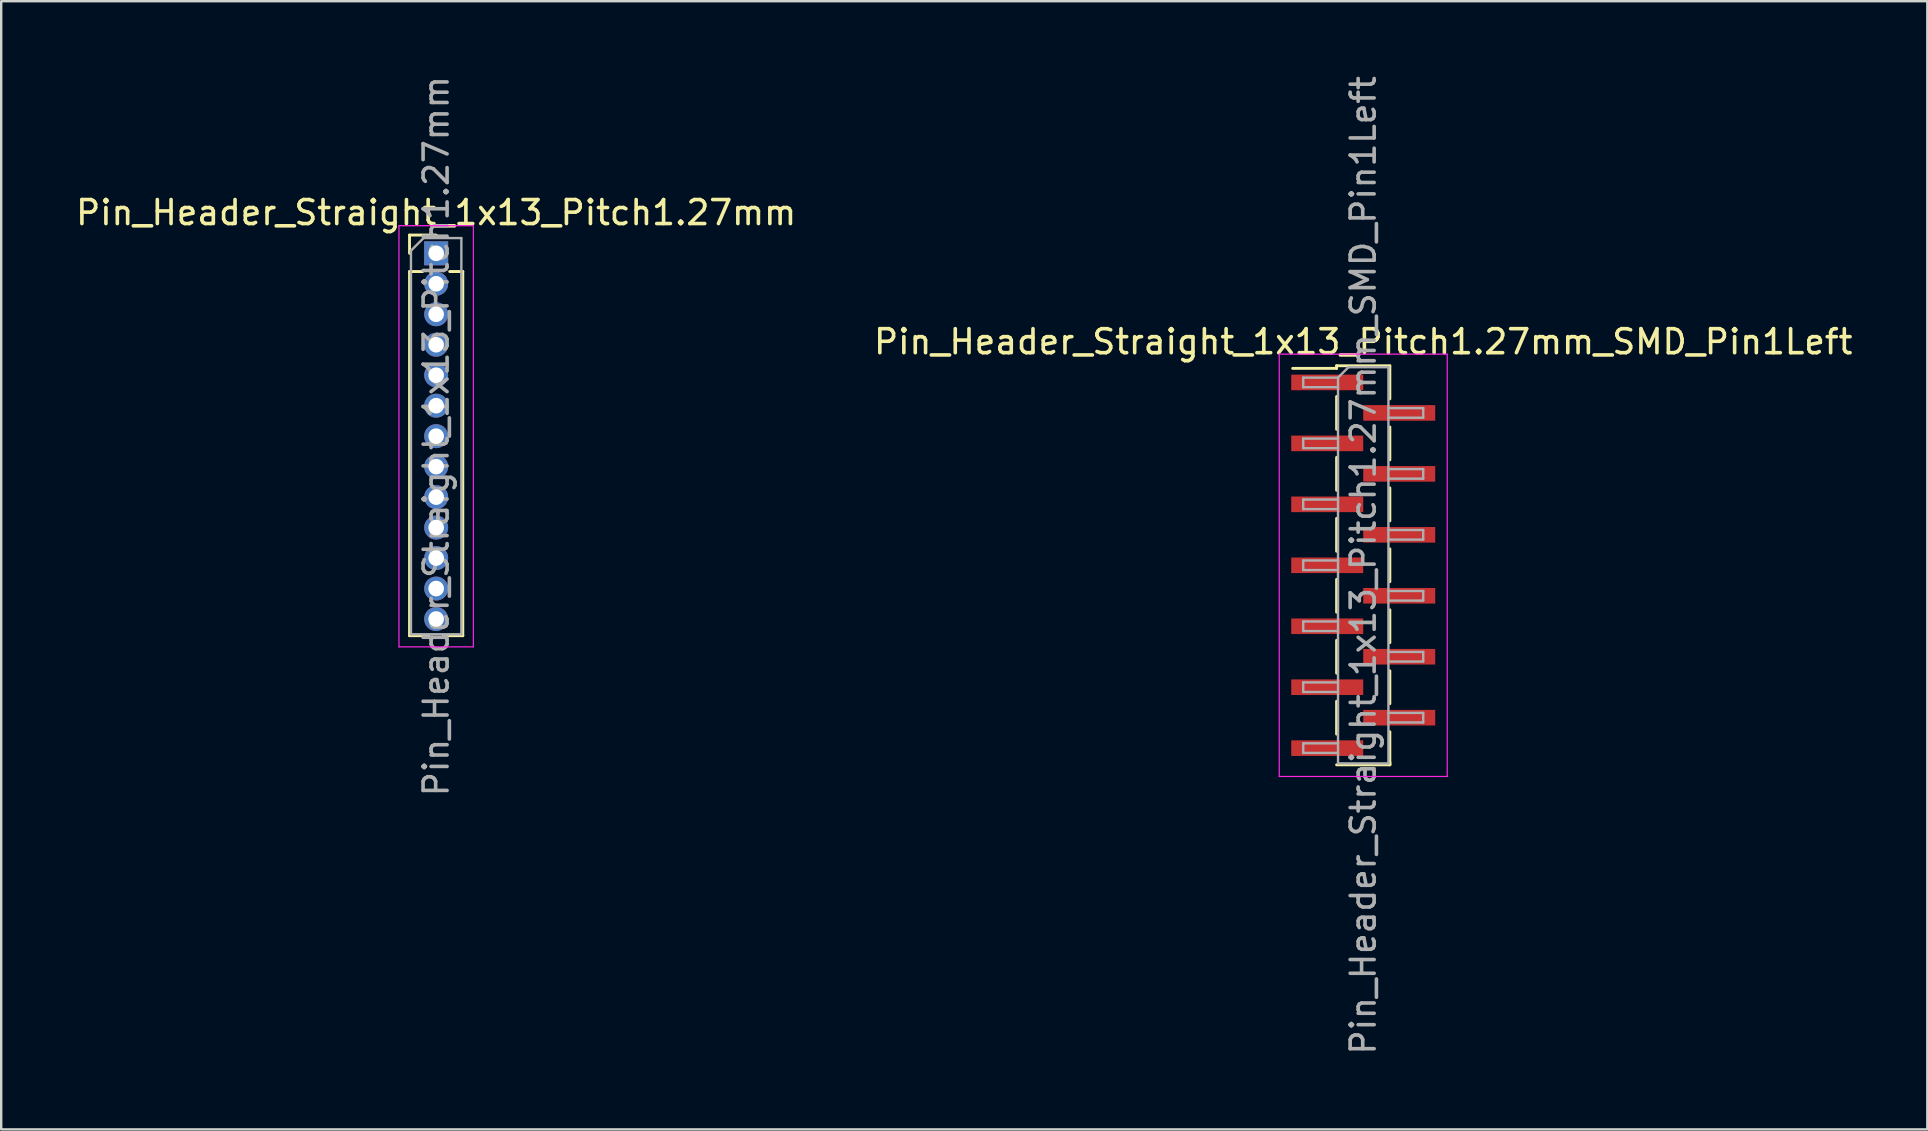
<source format=kicad_pcb>
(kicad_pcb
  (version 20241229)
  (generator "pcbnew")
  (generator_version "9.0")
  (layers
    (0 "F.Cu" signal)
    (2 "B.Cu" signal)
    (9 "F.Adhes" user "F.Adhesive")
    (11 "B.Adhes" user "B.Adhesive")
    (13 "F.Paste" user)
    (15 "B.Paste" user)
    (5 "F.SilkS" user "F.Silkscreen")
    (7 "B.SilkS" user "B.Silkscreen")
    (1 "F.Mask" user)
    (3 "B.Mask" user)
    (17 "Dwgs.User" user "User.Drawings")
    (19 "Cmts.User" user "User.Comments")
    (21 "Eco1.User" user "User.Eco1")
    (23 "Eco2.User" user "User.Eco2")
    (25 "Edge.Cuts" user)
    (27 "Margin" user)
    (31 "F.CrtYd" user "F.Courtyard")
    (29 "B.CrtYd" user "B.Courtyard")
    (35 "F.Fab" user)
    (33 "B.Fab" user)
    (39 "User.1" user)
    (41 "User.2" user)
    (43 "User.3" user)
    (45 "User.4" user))
  (footprint "Pin_Header_Straight_1x13_Pitch1.27mm_SMD_Pin1Left"
    (layer "F.Cu")
    (at 53.756 20.506)
    (property "Reference" "Pin_Header_Straight_1x13_Pitch1.27mm_SMD_Pin1Left" (at 0 -9.315 0) (layer "F.SilkS") (effects (font (size 1 1) (thickness 0.15))))
    (attr smd)
    (fp_line (start -1.11 -8.315) (end -1.11 -8.205) (stroke (width 0.12) (type solid)) (layer "F.SilkS"))
    (fp_line (start -1.11 -8.315) (end 1.11 -8.315) (stroke (width 0.12) (type solid)) (layer "F.SilkS"))
    (fp_line (start -1.11 -8.205) (end -2.94 -8.205) (stroke (width 0.12) (type solid)) (layer "F.SilkS"))
    (fp_line (start -1.11 -7.035) (end -1.11 -5.665) (stroke (width 0.12) (type solid)) (layer "F.SilkS"))
    (fp_line (start -1.11 -4.495) (end -1.11 -3.125) (stroke (width 0.12) (type solid)) (layer "F.SilkS"))
    (fp_line (start -1.11 -1.955) (end -1.11 -0.585) (stroke (width 0.12) (type solid)) (layer "F.SilkS"))
    (fp_line (start -1.11 0.585) (end -1.11 1.955) (stroke (width 0.12) (type solid)) (layer "F.SilkS"))
    (fp_line (start -1.11 3.125) (end -1.11 4.495) (stroke (width 0.12) (type solid)) (layer "F.SilkS"))
    (fp_line (start -1.11 5.665) (end -1.11 7.035) (stroke (width 0.12) (type solid)) (layer "F.SilkS"))
    (fp_line (start -1.11 8.315) (end 1.11 8.315) (stroke (width 0.12) (type solid)) (layer "F.SilkS"))
    (fp_line (start 1.11 -8.305) (end 1.11 -6.935) (stroke (width 0.12) (type solid)) (layer "F.SilkS"))
    (fp_line (start 1.11 -5.765) (end 1.11 -4.395) (stroke (width 0.12) (type solid)) (layer "F.SilkS"))
    (fp_line (start 1.11 -3.225) (end 1.11 -1.855) (stroke (width 0.12) (type solid)) (layer "F.SilkS"))
    (fp_line (start 1.11 -0.685) (end 1.11 0.685) (stroke (width 0.12) (type solid)) (layer "F.SilkS"))
    (fp_line (start 1.11 1.855) (end 1.11 3.225) (stroke (width 0.12) (type solid)) (layer "F.SilkS"))
    (fp_line (start 1.11 4.395) (end 1.11 5.765) (stroke (width 0.12) (type solid)) (layer "F.SilkS"))
    (fp_line (start 1.11 6.935) (end 1.11 8.305) (stroke (width 0.12) (type solid)) (layer "F.SilkS"))
    (fp_line (start 1.11 8.205) (end 1.11 8.315) (stroke (width 0.12) (type solid)) (layer "F.SilkS"))
    (fp_line (start -3.5 -8.8) (end -3.5 8.8) (stroke (width 0.05) (type solid)) (layer "F.CrtYd"))
    (fp_line (start -3.5 8.8) (end 3.5 8.8) (stroke (width 0.05) (type solid)) (layer "F.CrtYd"))
    (fp_line (start 3.5 -8.8) (end -3.5 -8.8) (stroke (width 0.05) (type solid)) (layer "F.CrtYd"))
    (fp_line (start 3.5 8.8) (end 3.5 -8.8) (stroke (width 0.05) (type solid)) (layer "F.CrtYd"))
    (fp_line (start -2.5 -7.82) (end -2.5 -7.42) (stroke (width 0.1) (type solid)) (layer "F.Fab"))
    (fp_line (start -2.5 -7.42) (end -1.05 -7.42) (stroke (width 0.1) (type solid)) (layer "F.Fab"))
    (fp_line (start -2.5 -5.28) (end -2.5 -4.88) (stroke (width 0.1) (type solid)) (layer "F.Fab"))
    (fp_line (start -2.5 -4.88) (end -1.05 -4.88) (stroke (width 0.1) (type solid)) (layer "F.Fab"))
    (fp_line (start -2.5 -2.74) (end -2.5 -2.34) (stroke (width 0.1) (type solid)) (layer "F.Fab"))
    (fp_line (start -2.5 -2.34) (end -1.05 -2.34) (stroke (width 0.1) (type solid)) (layer "F.Fab"))
    (fp_line (start -2.5 -0.2) (end -2.5 0.2) (stroke (width 0.1) (type solid)) (layer "F.Fab"))
    (fp_line (start -2.5 0.2) (end -1.05 0.2) (stroke (width 0.1) (type solid)) (layer "F.Fab"))
    (fp_line (start -2.5 2.34) (end -2.5 2.74) (stroke (width 0.1) (type solid)) (layer "F.Fab"))
    (fp_line (start -2.5 2.74) (end -1.05 2.74) (stroke (width 0.1) (type solid)) (layer "F.Fab"))
    (fp_line (start -2.5 4.88) (end -2.5 5.28) (stroke (width 0.1) (type solid)) (layer "F.Fab"))
    (fp_line (start -2.5 5.28) (end -1.05 5.28) (stroke (width 0.1) (type solid)) (layer "F.Fab"))
    (fp_line (start -2.5 7.42) (end -2.5 7.82) (stroke (width 0.1) (type solid)) (layer "F.Fab"))
    (fp_line (start -2.5 7.82) (end -1.05 7.82) (stroke (width 0.1) (type solid)) (layer "F.Fab"))
    (fp_line (start -1.05 -7.82) (end -2.5 -7.82) (stroke (width 0.1) (type solid)) (layer "F.Fab"))
    (fp_line (start -1.05 -7.82) (end -0.615 -8.255) (stroke (width 0.1) (type solid)) (layer "F.Fab"))
    (fp_line (start -1.05 -5.28) (end -2.5 -5.28) (stroke (width 0.1) (type solid)) (layer "F.Fab"))
    (fp_line (start -1.05 -2.74) (end -2.5 -2.74) (stroke (width 0.1) (type solid)) (layer "F.Fab"))
    (fp_line (start -1.05 -0.2) (end -2.5 -0.2) (stroke (width 0.1) (type solid)) (layer "F.Fab"))
    (fp_line (start -1.05 2.34) (end -2.5 2.34) (stroke (width 0.1) (type solid)) (layer "F.Fab"))
    (fp_line (start -1.05 4.88) (end -2.5 4.88) (stroke (width 0.1) (type solid)) (layer "F.Fab"))
    (fp_line (start -1.05 7.42) (end -2.5 7.42) (stroke (width 0.1) (type solid)) (layer "F.Fab"))
    (fp_line (start -1.05 8.255) (end -1.05 -7.82) (stroke (width 0.1) (type solid)) (layer "F.Fab"))
    (fp_line (start -0.615 -8.255) (end 1.05 -8.255) (stroke (width 0.1) (type solid)) (layer "F.Fab"))
    (fp_line (start 1.05 -8.255) (end 1.05 8.255) (stroke (width 0.1) (type solid)) (layer "F.Fab"))
    (fp_line (start 1.05 -6.55) (end 2.5 -6.55) (stroke (width 0.1) (type solid)) (layer "F.Fab"))
    (fp_line (start 1.05 -4.01) (end 2.5 -4.01) (stroke (width 0.1) (type solid)) (layer "F.Fab"))
    (fp_line (start 1.05 -1.47) (end 2.5 -1.47) (stroke (width 0.1) (type solid)) (layer "F.Fab"))
    (fp_line (start 1.05 1.07) (end 2.5 1.07) (stroke (width 0.1) (type solid)) (layer "F.Fab"))
    (fp_line (start 1.05 3.61) (end 2.5 3.61) (stroke (width 0.1) (type solid)) (layer "F.Fab"))
    (fp_line (start 1.05 6.15) (end 2.5 6.15) (stroke (width 0.1) (type solid)) (layer "F.Fab"))
    (fp_line (start 1.05 8.255) (end -1.05 8.255) (stroke (width 0.1) (type solid)) (layer "F.Fab"))
    (fp_line (start 2.5 -6.55) (end 2.5 -6.15) (stroke (width 0.1) (type solid)) (layer "F.Fab"))
    (fp_line (start 2.5 -6.15) (end 1.05 -6.15) (stroke (width 0.1) (type solid)) (layer "F.Fab"))
    (fp_line (start 2.5 -4.01) (end 2.5 -3.61) (stroke (width 0.1) (type solid)) (layer "F.Fab"))
    (fp_line (start 2.5 -3.61) (end 1.05 -3.61) (stroke (width 0.1) (type solid)) (layer "F.Fab"))
    (fp_line (start 2.5 -1.47) (end 2.5 -1.07) (stroke (width 0.1) (type solid)) (layer "F.Fab"))
    (fp_line (start 2.5 -1.07) (end 1.05 -1.07) (stroke (width 0.1) (type solid)) (layer "F.Fab"))
    (fp_line (start 2.5 1.07) (end 2.5 1.47) (stroke (width 0.1) (type solid)) (layer "F.Fab"))
    (fp_line (start 2.5 1.47) (end 1.05 1.47) (stroke (width 0.1) (type solid)) (layer "F.Fab"))
    (fp_line (start 2.5 3.61) (end 2.5 4.01) (stroke (width 0.1) (type solid)) (layer "F.Fab"))
    (fp_line (start 2.5 4.01) (end 1.05 4.01) (stroke (width 0.1) (type solid)) (layer "F.Fab"))
    (fp_line (start 2.5 6.15) (end 2.5 6.55) (stroke (width 0.1) (type solid)) (layer "F.Fab"))
    (fp_line (start 2.5 6.55) (end 1.05 6.55) (stroke (width 0.1) (type solid)) (layer "F.Fab"))
    (fp_text user "${REFERENCE}" (at 0 0 90) (layer "F.Fab") (effects (font (size 1 1) (thickness 0.15))))
    (pad "1" smd rect (at -1.5 -7.62) (size 3 0.65) (layers "F.Cu" "F.Mask" "F.Paste"))
    (pad "2" smd rect (at 1.5 -6.35) (size 3 0.65) (layers "F.Cu" "F.Mask" "F.Paste"))
    (pad "3" smd rect (at -1.5 -5.08) (size 3 0.65) (layers "F.Cu" "F.Mask" "F.Paste"))
    (pad "4" smd rect (at 1.5 -3.81) (size 3 0.65) (layers "F.Cu" "F.Mask" "F.Paste"))
    (pad "5" smd rect (at -1.5 -2.54) (size 3 0.65) (layers "F.Cu" "F.Mask" "F.Paste"))
    (pad "6" smd rect (at 1.5 -1.27) (size 3 0.65) (layers "F.Cu" "F.Mask" "F.Paste"))
    (pad "7" smd rect (at -1.5 0) (size 3 0.65) (layers "F.Cu" "F.Mask" "F.Paste"))
    (pad "8" smd rect (at 1.5 1.27) (size 3 0.65) (layers "F.Cu" "F.Mask" "F.Paste"))
    (pad "9" smd rect (at -1.5 2.54) (size 3 0.65) (layers "F.Cu" "F.Mask" "F.Paste"))
    (pad "10" smd rect (at 1.5 3.81) (size 3 0.65) (layers "F.Cu" "F.Mask" "F.Paste"))
    (pad "11" smd rect (at -1.5 5.08) (size 3 0.65) (layers "F.Cu" "F.Mask" "F.Paste"))
    (pad "12" smd rect (at 1.5 6.35) (size 3 0.65) (layers "F.Cu" "F.Mask" "F.Paste"))
    (pad "13" smd rect (at -1.5 7.62) (size 3 0.65) (layers "F.Cu" "F.Mask" "F.Paste")))
  (footprint "Pin_Header_Straight_1x13_Pitch1.27mm"
    (layer "F.Cu")
    (at 15.125 7.505)
    (property "Reference" "Pin_Header_Straight_1x13_Pitch1.27mm" (at 0 -1.695 0) (layer "F.SilkS") (effects (font (size 1 1) (thickness 0.15))))
    (attr through_hole)
    (fp_line (start -1.11 -0.76) (end 0 -0.76) (stroke (width 0.12) (type solid)) (layer "F.SilkS"))
    (fp_line (start -1.11 0) (end -1.11 -0.76) (stroke (width 0.12) (type solid)) (layer "F.SilkS"))
    (fp_line (start -1.11 0.76) (end -1.11 15.935) (stroke (width 0.12) (type solid)) (layer "F.SilkS"))
    (fp_line (start -1.11 0.76) (end -0.563 0.76) (stroke (width 0.12) (type solid)) (layer "F.SilkS"))
    (fp_line (start -1.11 15.935) (end -0.308 15.935) (stroke (width 0.12) (type solid)) (layer "F.SilkS"))
    (fp_line (start 0.308 15.935) (end 1.11 15.935) (stroke (width 0.12) (type solid)) (layer "F.SilkS"))
    (fp_line (start 0.563 0.76) (end 1.11 0.76) (stroke (width 0.12) (type solid)) (layer "F.SilkS"))
    (fp_line (start 1.11 0.76) (end 1.11 15.935) (stroke (width 0.12) (type solid)) (layer "F.SilkS"))
    (fp_line (start -1.55 -1.15) (end -1.55 16.4) (stroke (width 0.05) (type solid)) (layer "F.CrtYd"))
    (fp_line (start -1.55 16.4) (end 1.55 16.4) (stroke (width 0.05) (type solid)) (layer "F.CrtYd"))
    (fp_line (start 1.55 -1.15) (end -1.55 -1.15) (stroke (width 0.05) (type solid)) (layer "F.CrtYd"))
    (fp_line (start 1.55 16.4) (end 1.55 -1.15) (stroke (width 0.05) (type solid)) (layer "F.CrtYd"))
    (fp_line (start -1.05 -0.11) (end -0.525 -0.635) (stroke (width 0.1) (type solid)) (layer "F.Fab"))
    (fp_line (start -1.05 15.875) (end -1.05 -0.11) (stroke (width 0.1) (type solid)) (layer "F.Fab"))
    (fp_line (start -0.525 -0.635) (end 1.05 -0.635) (stroke (width 0.1) (type solid)) (layer "F.Fab"))
    (fp_line (start 1.05 -0.635) (end 1.05 15.875) (stroke (width 0.1) (type solid)) (layer "F.Fab"))
    (fp_line (start 1.05 15.875) (end -1.05 15.875) (stroke (width 0.1) (type solid)) (layer "F.Fab"))
    (fp_text user "${REFERENCE}" (at 0 7.62 90) (layer "F.Fab") (effects (font (size 1 1) (thickness 0.15))))
    (pad "1" thru_hole rect (at 0 0) (size 1 1) (drill 0.65) (layers "*.Cu" "*.Mask"))
    (pad "2" thru_hole oval (at 0 1.27) (size 1 1) (drill 0.65) (layers "*.Cu" "*.Mask"))
    (pad "3" thru_hole oval (at 0 2.54) (size 1 1) (drill 0.65) (layers "*.Cu" "*.Mask"))
    (pad "4" thru_hole oval (at 0 3.81) (size 1 1) (drill 0.65) (layers "*.Cu" "*.Mask"))
    (pad "5" thru_hole oval (at 0 5.08) (size 1 1) (drill 0.65) (layers "*.Cu" "*.Mask"))
    (pad "6" thru_hole oval (at 0 6.35) (size 1 1) (drill 0.65) (layers "*.Cu" "*.Mask"))
    (pad "7" thru_hole oval (at 0 7.62) (size 1 1) (drill 0.65) (layers "*.Cu" "*.Mask"))
    (pad "8" thru_hole oval (at 0 8.89) (size 1 1) (drill 0.65) (layers "*.Cu" "*.Mask"))
    (pad "9" thru_hole oval (at 0 10.16) (size 1 1) (drill 0.65) (layers "*.Cu" "*.Mask"))
    (pad "10" thru_hole oval (at 0 11.43) (size 1 1) (drill 0.65) (layers "*.Cu" "*.Mask"))
    (pad "11" thru_hole oval (at 0 12.7) (size 1 1) (drill 0.65) (layers "*.Cu" "*.Mask"))
    (pad "12" thru_hole oval (at 0 13.97) (size 1 1) (drill 0.65) (layers "*.Cu" "*.Mask"))
    (pad "13" thru_hole oval (at 0 15.24) (size 1 1) (drill 0.65) (layers "*.Cu" "*.Mask")))
  (gr_rect
    (start -3 -3)
    (end 77.262 44.012)
    (stroke (width 0.1) (type default))
    (fill no)
    (layer "Edge.Cuts")))
</source>
